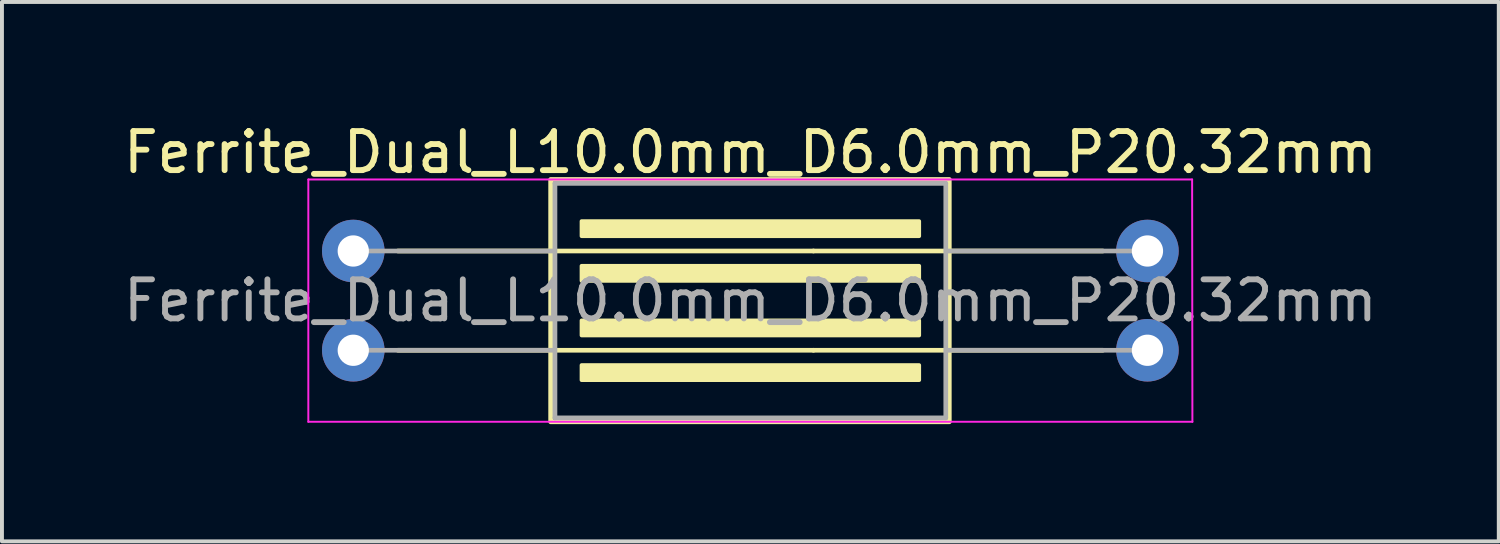
<source format=kicad_pcb>
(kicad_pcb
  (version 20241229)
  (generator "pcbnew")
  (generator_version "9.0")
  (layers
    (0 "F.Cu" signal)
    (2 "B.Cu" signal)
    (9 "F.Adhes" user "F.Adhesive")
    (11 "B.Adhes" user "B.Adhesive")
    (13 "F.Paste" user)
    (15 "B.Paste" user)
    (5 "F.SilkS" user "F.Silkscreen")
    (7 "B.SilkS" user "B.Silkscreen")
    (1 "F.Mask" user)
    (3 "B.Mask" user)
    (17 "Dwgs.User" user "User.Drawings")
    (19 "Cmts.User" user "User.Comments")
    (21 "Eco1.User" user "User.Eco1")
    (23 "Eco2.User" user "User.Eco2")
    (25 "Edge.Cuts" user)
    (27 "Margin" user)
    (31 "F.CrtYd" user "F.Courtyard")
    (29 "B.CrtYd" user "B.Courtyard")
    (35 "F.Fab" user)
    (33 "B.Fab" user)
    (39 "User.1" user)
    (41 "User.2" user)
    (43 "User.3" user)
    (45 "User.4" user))
  (footprint "Ferrite_Dual_L10.0mm_D6.0mm_P20.32mm"
    (layer "F.Cu")
    (at 5.989 4.642)
    (property "Reference" "Ferrite_Dual_L10.0mm_D6.0mm_P20.32mm" (at 10.16 -3.794 0) (layer "F.SilkS") (effects (font (size 1 1) (thickness 0.15))))
    (fp_line (start 1.143 -1.27) (end 5.144 -1.27) (stroke (width 0.12) (type solid)) (layer "F.SilkS"))
    (fp_line (start 1.143 1.27) (end 5.144 1.27) (stroke (width 0.12) (type solid)) (layer "F.SilkS"))
    (fp_line (start 11.774 -1.27) (end 5.207 -1.27) (stroke (width 0.12) (type solid)) (layer "F.SilkS"))
    (fp_line (start 11.774 -1.27) (end 15.113 -1.27) (stroke (width 0.12) (type solid)) (layer "F.SilkS"))
    (fp_line (start 11.774 1.27) (end 5.207 1.27) (stroke (width 0.12) (type solid)) (layer "F.SilkS"))
    (fp_line (start 11.774 1.27) (end 15.113 1.27) (stroke (width 0.12) (type solid)) (layer "F.SilkS"))
    (fp_line (start 19.177 -1.27) (end 15.177 -1.27) (stroke (width 0.12) (type solid)) (layer "F.SilkS"))
    (fp_line (start 19.177 1.27) (end 15.177 1.27) (stroke (width 0.12) (type solid)) (layer "F.SilkS"))
    (fp_rect (start 5.05 -3.1) (end 15.25 3.1) (stroke (width 0.12) (type solid)) (fill no) (layer "F.SilkS"))
    (fp_poly (pts (xy 14.478 -1.651) (xy 5.842 -1.651) (xy 5.842 -2.032) (xy 14.478 -2.032)) (stroke (width 0.1) (type solid)) (fill yes) (layer "F.SilkS"))
    (fp_poly (pts (xy 14.478 -0.508) (xy 5.842 -0.508) (xy 5.842 -0.889) (xy 14.478 -0.889)) (stroke (width 0.1) (type solid)) (fill yes) (layer "F.SilkS"))
    (fp_poly (pts (xy 14.478 0.889) (xy 5.842 0.889) (xy 5.842 0.508) (xy 14.478 0.508)) (stroke (width 0.1) (type solid)) (fill yes) (layer "F.SilkS"))
    (fp_poly (pts (xy 14.478 2.032) (xy 5.842 2.032) (xy 5.842 1.651) (xy 14.478 1.651)) (stroke (width 0.1) (type solid)) (fill yes) (layer "F.SilkS"))
    (fp_line (start -1.15 -3.1) (end 21.463 -3.1) (stroke (width 0.05) (type solid)) (layer "F.CrtYd"))
    (fp_line (start -1.15 3.1) (end -1.15 -3.1) (stroke (width 0.05) (type solid)) (layer "F.CrtYd"))
    (fp_line (start 21.463 -3.1) (end 21.47 3.1) (stroke (width 0.05) (type solid)) (layer "F.CrtYd"))
    (fp_line (start 21.47 3.1) (end -1.15 3.1) (stroke (width 0.05) (type solid)) (layer "F.CrtYd"))
    (fp_line (start 0 -1.27) (end 5.144 -1.27) (stroke (width 0.12) (type solid)) (layer "F.Fab"))
    (fp_line (start 0 1.27) (end 5.144 1.27) (stroke (width 0.12) (type solid)) (layer "F.Fab"))
    (fp_line (start 5.16 -3) (end 5.16 3) (stroke (width 0.12) (type solid)) (layer "F.Fab"))
    (fp_line (start 15.16 -3) (end 5.16 -3) (stroke (width 0.12) (type solid)) (layer "F.Fab"))
    (fp_line (start 15.16 -3) (end 15.16 3) (stroke (width 0.12) (type solid)) (layer "F.Fab"))
    (fp_line (start 15.16 3) (end 5.16 3) (stroke (width 0.12) (type solid)) (layer "F.Fab"))
    (fp_line (start 20.32 -1.27) (end 15.177 -1.27) (stroke (width 0.12) (type solid)) (layer "F.Fab"))
    (fp_line (start 20.32 1.27) (end 15.177 1.27) (stroke (width 0.12) (type solid)) (layer "F.Fab"))
    (fp_text user "${REFERENCE}" (at 10.16 0 0) (layer "F.Fab") (effects (font (size 1 1) (thickness 0.15))))
    (pad "1" thru_hole circle (at 0 -1.27) (size 1.6 1.6) (drill 0.8) (layers "*.Cu" "*.Mask"))
    (pad "2" thru_hole circle (at 0 1.27) (size 1.6 1.6) (drill 0.8) (layers "*.Cu" "*.Mask"))
    (pad "3" thru_hole circle (at 20.32 1.27 180) (size 1.6 1.6) (drill 0.8) (layers "*.Cu" "*.Mask"))
    (pad "4" thru_hole circle (at 20.32 -1.27 180) (size 1.6 1.6) (drill 0.8) (layers "*.Cu" "*.Mask")))
  (gr_rect
    (start -3 -3)
    (end 35.298 10.802)
    (stroke (width 0.1) (type default))
    (fill no)
    (layer "Edge.Cuts")))
</source>
